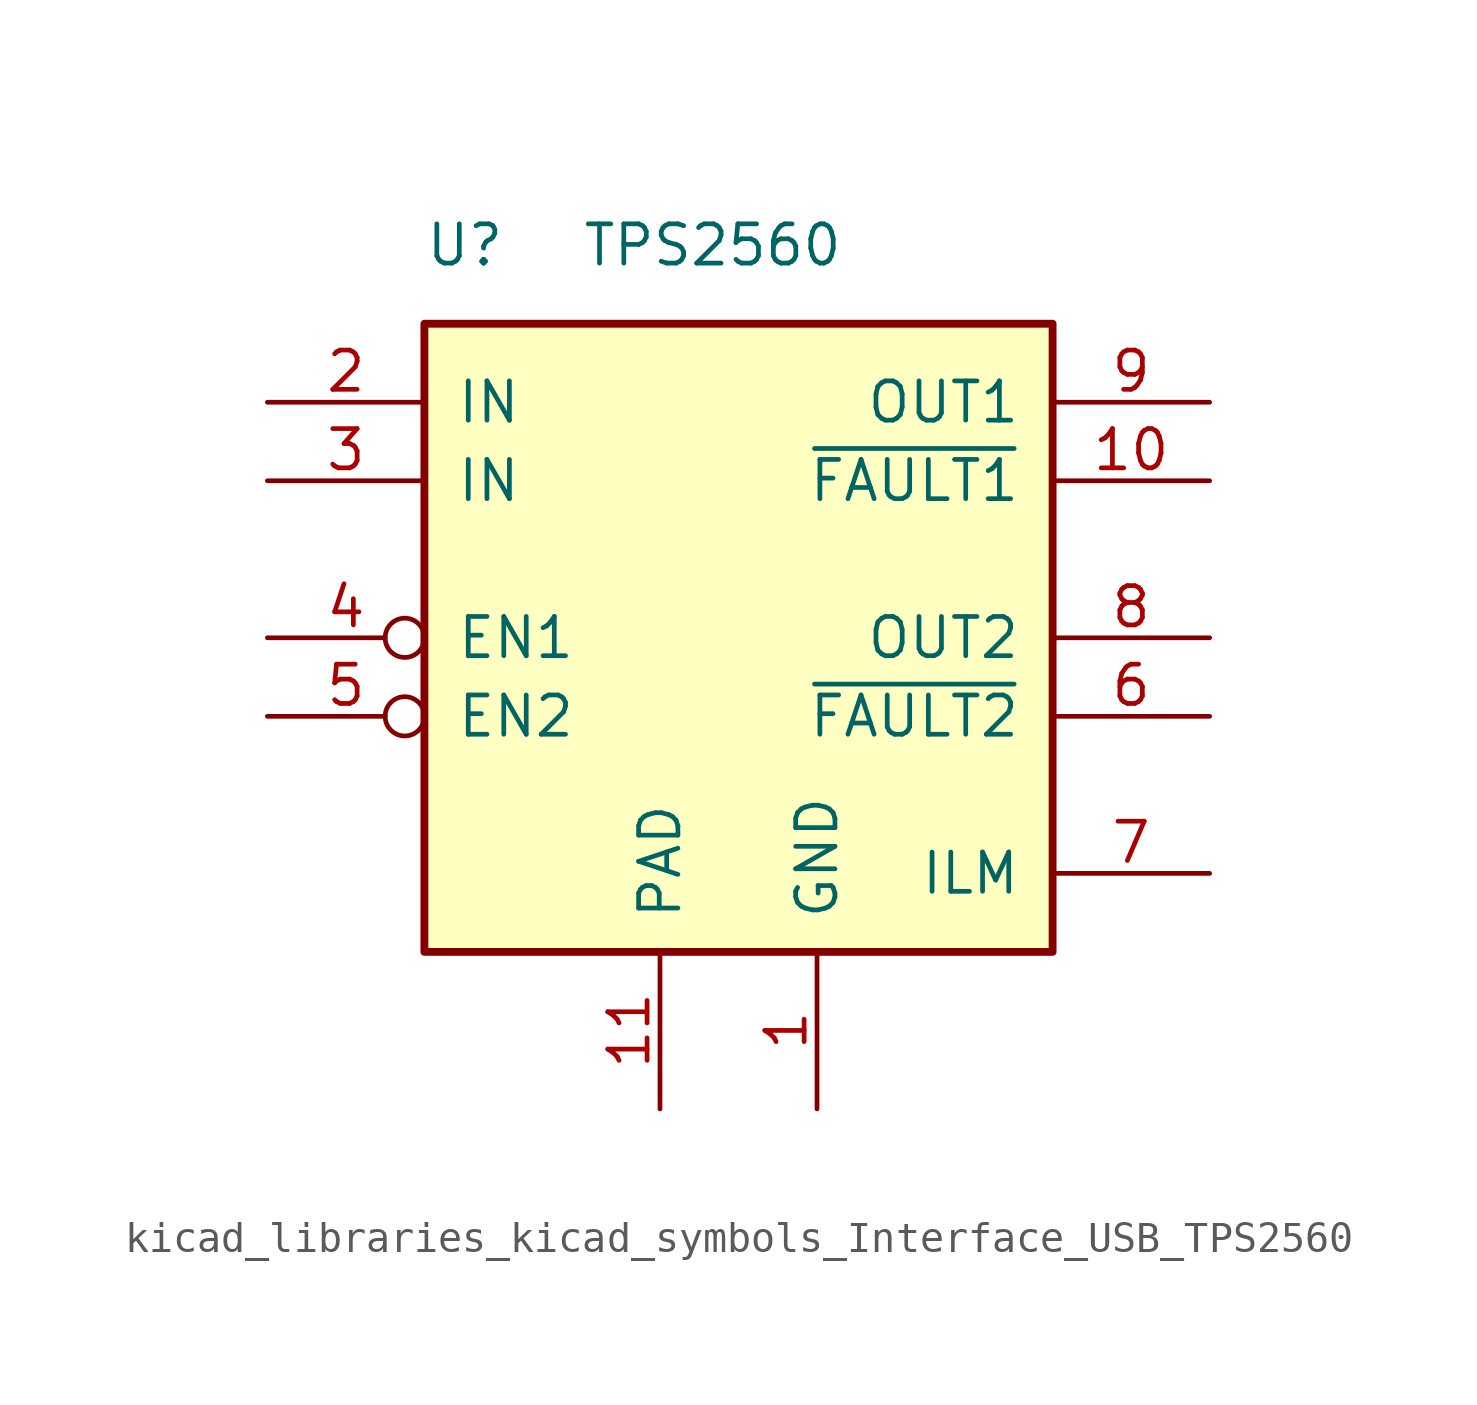
<source format=kicad_sym>
(kicad_symbol_lib
  (version 20220914)
  (generator kicad_symbol_editor)
  (symbol "kicad_libraries_kicad_symbols_Interface_USB_TPS2560"
    (pin_names
      (offset 1.016))
    (property "Reference" "U"
      (at -10.16 12.7 0)
      (effects (font (size 1.27 1.27)) (justify left)))
    (property "Value" "TPS2560"
      (at -5.08 12.7 0)
      (effects (font (size 1.27 1.27)) (justify left)))
    (symbol "kicad_libraries_kicad_symbols_Interface_USB_TPS2560_0_1"
      (rectangle (start -10.16 10.16) (end 10.16 -10.16) (stroke (width 0.254) (type default)) (fill (type background))))
    (symbol "kicad_libraries_kicad_symbols_Interface_USB_TPS2560_1_1"
      (pin power_in line (at 2.54 -15.24 90) (length 5.08) (name "GND" (effects (font (size 1.27 1.27)))) (number "1" (effects (font (size 1.27 1.27)))))
      (pin output line (at 15.24 5.08 180) (length 5.08) (name "~{FAULT1}" (effects (font (size 1.27 1.27)))) (number "10" (effects (font (size 1.27 1.27)))))
      (pin power_in line (at -2.54 -15.24 90) (length 5.08) (name "PAD" (effects (font (size 1.27 1.27)))) (number "11" (effects (font (size 1.27 1.27)))))
      (pin power_in line (at -15.24 7.62 0) (length 5.08) (name "IN" (effects (font (size 1.27 1.27)))) (number "2" (effects (font (size 1.27 1.27)))))
      (pin power_in line (at -15.24 5.08 0) (length 5.08) (name "IN" (effects (font (size 1.27 1.27)))) (number "3" (effects (font (size 1.27 1.27)))))
      (pin input inverted (at -15.24 0 0) (length 5.08) (name "EN1" (effects (font (size 1.27 1.27)))) (number "4" (effects (font (size 1.27 1.27)))))
      (pin input inverted (at -15.24 -2.54 0) (length 5.08) (name "EN2" (effects (font (size 1.27 1.27)))) (number "5" (effects (font (size 1.27 1.27)))))
      (pin output line (at 15.24 -2.54 180) (length 5.08) (name "~{FAULT2}" (effects (font (size 1.27 1.27)))) (number "6" (effects (font (size 1.27 1.27)))))
      (pin output line (at 15.24 -7.62 180) (length 5.08) (name "ILM" (effects (font (size 1.27 1.27)))) (number "7" (effects (font (size 1.27 1.27)))))
      (pin output line (at 15.24 0 180) (length 5.08) (name "OUT2" (effects (font (size 1.27 1.27)))) (number "8" (effects (font (size 1.27 1.27)))))
      (pin output line (at 15.24 7.62 180) (length 5.08) (name "OUT1" (effects (font (size 1.27 1.27)))) (number "9" (effects (font (size 1.27 1.27))))))))
</source>
